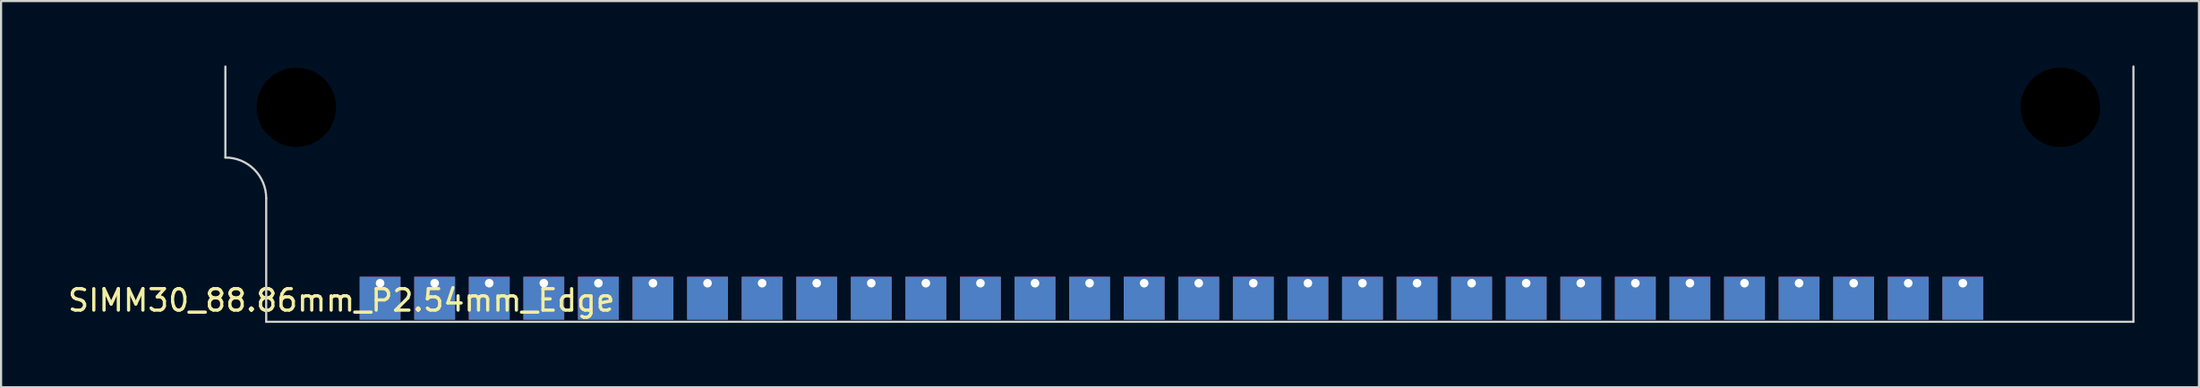
<source format=kicad_pcb>
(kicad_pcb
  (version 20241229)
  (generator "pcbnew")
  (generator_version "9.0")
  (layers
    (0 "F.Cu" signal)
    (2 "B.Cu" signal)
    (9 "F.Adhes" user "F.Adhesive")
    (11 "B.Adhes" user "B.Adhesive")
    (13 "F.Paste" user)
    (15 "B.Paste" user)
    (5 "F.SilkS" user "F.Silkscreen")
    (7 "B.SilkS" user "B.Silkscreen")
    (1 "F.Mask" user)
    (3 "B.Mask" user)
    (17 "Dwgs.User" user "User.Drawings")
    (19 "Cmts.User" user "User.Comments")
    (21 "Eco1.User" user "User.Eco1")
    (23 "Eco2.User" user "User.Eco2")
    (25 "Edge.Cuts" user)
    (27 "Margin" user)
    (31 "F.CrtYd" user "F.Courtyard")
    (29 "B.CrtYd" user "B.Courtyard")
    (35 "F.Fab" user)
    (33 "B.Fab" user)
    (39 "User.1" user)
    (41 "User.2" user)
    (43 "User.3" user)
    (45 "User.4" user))
  (footprint "SIMM30_88.86mm_P2.54mm_Edge"
    (layer "F.Cu")
    (at 53.739 10.15)
    (property "Reference" "SIMM30_88.86mm_P2.54mm_Edge" (at -40.9 0.8 0) (layer "F.SilkS") (effects (font (size 1 1) (thickness 0.15))))
    (attr through_hole)
    (fp_line (start -46.3 -10.1) (end -46.3 -5.856) (stroke (width 0.1) (type solid)) (layer "Edge.Cuts"))
    (fp_line (start -44.4 -3.956) (end -44.4 1.8) (stroke (width 0.1) (type solid)) (layer "Edge.Cuts"))
    (fp_line (start -44.4 1.8) (end 42.5 1.8) (stroke (width 0.1) (type solid)) (layer "Edge.Cuts"))
    (fp_line (start 42.5 1.8) (end 42.5 -10.1) (stroke (width 0.1) (type solid)) (layer "Edge.Cuts"))
    (fp_arc (start -46.3 -5.856497) (mid -44.956498 -5.3) (end -44.4 -3.956497) (stroke (width 0.1) (type solid)) (layer "Edge.Cuts"))
    (pad "" np_thru_hole circle (at -43 -8.2) (size 3.7 3.7) (drill 3.7) (layers "*.Mask"))
    (pad "" np_thru_hole circle (at 39.1 -8.2) (size 3.7 3.7) (drill 3.7) (layers "*.Mask"))
    (pad "1" thru_hole rect (at -39.1 0) (size 1.9 2) (drill 0.4 (offset 0 0.7)) (layers "*.Cu" "*.Mask"))
    (pad "2" thru_hole rect (at -36.56 0) (size 1.9 2) (drill 0.4 (offset 0 0.7)) (layers "*.Cu" "*.Mask"))
    (pad "3" thru_hole rect (at -34.02 0) (size 1.9 2) (drill 0.4 (offset 0 0.7)) (layers "*.Cu" "*.Mask"))
    (pad "4" thru_hole rect (at -31.48 0) (size 1.9 2) (drill 0.4 (offset 0 0.7)) (layers "*.Cu" "*.Mask"))
    (pad "5" thru_hole rect (at -28.94 0) (size 1.9 2) (drill 0.4 (offset 0 0.7)) (layers "*.Cu" "*.Mask"))
    (pad "6" thru_hole rect (at -26.4 0) (size 1.9 2) (drill 0.4 (offset 0 0.7)) (layers "*.Cu" "*.Mask"))
    (pad "7" thru_hole rect (at -23.86 0) (size 1.9 2) (drill 0.4 (offset 0 0.7)) (layers "*.Cu" "*.Mask"))
    (pad "8" thru_hole rect (at -21.32 0) (size 1.9 2) (drill 0.4 (offset 0 0.7)) (layers "*.Cu" "*.Mask"))
    (pad "9" thru_hole rect (at -18.78 0) (size 1.9 2) (drill 0.4 (offset 0 0.7)) (layers "*.Cu" "*.Mask"))
    (pad "10" thru_hole rect (at -16.24 0) (size 1.9 2) (drill 0.4 (offset 0 0.7)) (layers "*.Cu" "*.Mask"))
    (pad "11" thru_hole rect (at -13.7 0) (size 1.9 2) (drill 0.4 (offset 0 0.7)) (layers "*.Cu" "*.Mask"))
    (pad "12" thru_hole rect (at -11.16 0) (size 1.9 2) (drill 0.4 (offset 0 0.7)) (layers "*.Cu" "*.Mask"))
    (pad "13" thru_hole rect (at -8.62 0) (size 1.9 2) (drill 0.4 (offset 0 0.7)) (layers "*.Cu" "*.Mask"))
    (pad "14" thru_hole rect (at -6.08 0) (size 1.9 2) (drill 0.4 (offset 0 0.7)) (layers "*.Cu" "*.Mask"))
    (pad "15" thru_hole rect (at -3.54 0) (size 1.9 2) (drill 0.4 (offset 0 0.7)) (layers "*.Cu" "*.Mask"))
    (pad "16" thru_hole rect (at -1 0) (size 1.9 2) (drill 0.4 (offset 0 0.7)) (layers "*.Cu" "*.Mask"))
    (pad "17" thru_hole rect (at 1.54 0) (size 1.9 2) (drill 0.4 (offset 0 0.7)) (layers "*.Cu" "*.Mask"))
    (pad "18" thru_hole rect (at 4.08 0) (size 1.9 2) (drill 0.4 (offset 0 0.7)) (layers "*.Cu" "*.Mask"))
    (pad "19" thru_hole rect (at 6.62 0) (size 1.9 2) (drill 0.4 (offset 0 0.7)) (layers "*.Cu" "*.Mask"))
    (pad "20" thru_hole rect (at 9.16 0) (size 1.9 2) (drill 0.4 (offset 0 0.7)) (layers "*.Cu" "*.Mask"))
    (pad "21" thru_hole rect (at 11.7 0) (size 1.9 2) (drill 0.4 (offset 0 0.7)) (layers "*.Cu" "*.Mask"))
    (pad "22" thru_hole rect (at 14.24 0) (size 1.9 2) (drill 0.4 (offset 0 0.7)) (layers "*.Cu" "*.Mask"))
    (pad "23" thru_hole rect (at 16.78 0) (size 1.9 2) (drill 0.4 (offset 0 0.7)) (layers "*.Cu" "*.Mask"))
    (pad "24" thru_hole rect (at 19.32 0) (size 1.9 2) (drill 0.4 (offset 0 0.7)) (layers "*.Cu" "*.Mask"))
    (pad "25" thru_hole rect (at 21.86 0) (size 1.9 2) (drill 0.4 (offset 0 0.7)) (layers "*.Cu" "*.Mask"))
    (pad "26" thru_hole rect (at 24.4 0) (size 1.9 2) (drill 0.4 (offset 0 0.7)) (layers "*.Cu" "*.Mask"))
    (pad "27" thru_hole rect (at 26.94 0) (size 1.9 2) (drill 0.4 (offset 0 0.7)) (layers "*.Cu" "*.Mask"))
    (pad "28" thru_hole rect (at 29.48 0) (size 1.9 2) (drill 0.4 (offset 0 0.7)) (layers "*.Cu" "*.Mask"))
    (pad "29" thru_hole rect (at 32.02 0) (size 1.9 2) (drill 0.4 (offset 0 0.7)) (layers "*.Cu" "*.Mask"))
    (pad "30" thru_hole rect (at 34.56 0) (size 1.9 2) (drill 0.4 (offset 0 0.7)) (layers "*.Cu" "*.Mask")))
  (gr_rect
    (start -3 -3)
    (end 99.289 15)
    (stroke (width 0.1) (type default))
    (fill no)
    (layer "Edge.Cuts")))
</source>
